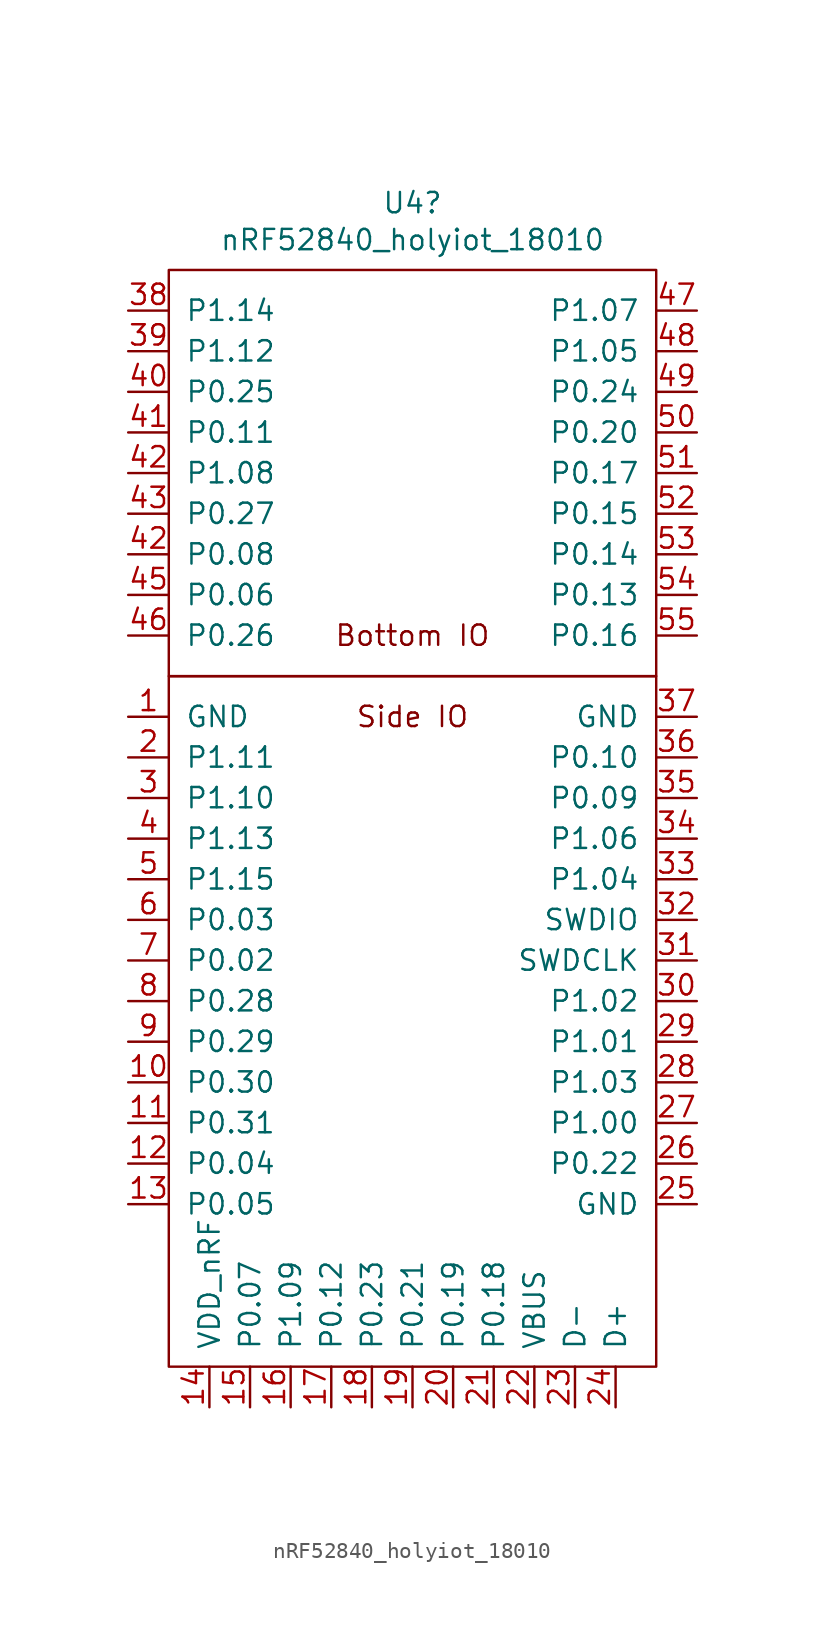
<source format=kicad_sym>
(kicad_symbol_lib
  (version 20211014)
  (generator kicad_symbol_editor)
  (symbol "nRF52840_holyiot_18010"
    (pin_names
      (offset 1.016))
    (property "Reference" "U4"
      (at 0 38.481 0)
      (effects (font (size 1.27 1.27))))
    (property "Value" "nRF52840_holyiot_18010"
      (at 0 36.17 0)
      (effects (font (size 1.27 1.27))))
    (symbol "nRF52840_holyiot_18010_0_0"
      (rectangle (start -15.24 8.89) (end 15.24 -34.29) (stroke (width 0) (type default) (color 0 0 0 0)) (fill (type none)))
      (rectangle (start -15.24 8.89) (end 15.24 34.29) (stroke (width 0) (type default) (color 0 0 0 0)) (fill (type none)))
      (text "Bottom IO" (at 0 11.43 0) (effects (font (size 1.27 1.27))))
      (text "Side IO" (at 0 6.35 0) (effects (font (size 1.27 1.27)))))
    (symbol "nRF52840_holyiot_18010_1_1"
      (pin power_in line (at -17.78 6.35 0) (length 2.54) (name "GND" (effects (font (size 1.27 1.27)))) (number "1" (effects (font (size 1.27 1.27)))))
      (pin bidirectional line (at -17.78 -16.51 0) (length 2.54) (name "P0.30" (effects (font (size 1.27 1.27)))) (number "10" (effects (font (size 1.27 1.27)))))
      (pin bidirectional line (at -17.78 -19.05 0) (length 2.54) (name "P0.31" (effects (font (size 1.27 1.27)))) (number "11" (effects (font (size 1.27 1.27)))))
      (pin bidirectional line (at -17.78 -21.59 0) (length 2.54) (name "P0.04" (effects (font (size 1.27 1.27)))) (number "12" (effects (font (size 1.27 1.27)))))
      (pin bidirectional line (at -17.78 -24.13 0) (length 2.54) (name "P0.05" (effects (font (size 1.27 1.27)))) (number "13" (effects (font (size 1.27 1.27)))))
      (pin power_in line (at -12.7 -36.83 90) (length 2.54) (name "VDD_nRF" (effects (font (size 1.27 1.27)))) (number "14" (effects (font (size 1.27 1.27)))))
      (pin bidirectional line (at -10.16 -36.83 90) (length 2.54) (name "P0.07" (effects (font (size 1.27 1.27)))) (number "15" (effects (font (size 1.27 1.27)))))
      (pin bidirectional line (at -7.62 -36.83 90) (length 2.54) (name "P1.09" (effects (font (size 1.27 1.27)))) (number "16" (effects (font (size 1.27 1.27)))))
      (pin bidirectional line (at -5.08 -36.83 90) (length 2.54) (name "P0.12" (effects (font (size 1.27 1.27)))) (number "17" (effects (font (size 1.27 1.27)))))
      (pin bidirectional line (at -2.54 -36.83 90) (length 2.54) (name "P0.23" (effects (font (size 1.27 1.27)))) (number "18" (effects (font (size 1.27 1.27)))))
      (pin bidirectional line (at 0 -36.83 90) (length 2.54) (name "P0.21" (effects (font (size 1.27 1.27)))) (number "19" (effects (font (size 1.27 1.27)))))
      (pin bidirectional line (at -17.78 3.81 0) (length 2.54) (name "P1.11" (effects (font (size 1.27 1.27)))) (number "2" (effects (font (size 1.27 1.27)))))
      (pin bidirectional line (at 2.54 -36.83 90) (length 2.54) (name "P0.19" (effects (font (size 1.27 1.27)))) (number "20" (effects (font (size 1.27 1.27)))))
      (pin bidirectional line (at 5.08 -36.83 90) (length 2.54) (name "P0.18" (effects (font (size 1.27 1.27)))) (number "21" (effects (font (size 1.27 1.27)))))
      (pin power_in line (at 7.62 -36.83 90) (length 2.54) (name "VBUS" (effects (font (size 1.27 1.27)))) (number "22" (effects (font (size 1.27 1.27)))))
      (pin bidirectional line (at 10.16 -36.83 90) (length 2.54) (name "D-" (effects (font (size 1.27 1.27)))) (number "23" (effects (font (size 1.27 1.27)))))
      (pin bidirectional line (at 12.7 -36.83 90) (length 2.54) (name "D+" (effects (font (size 1.27 1.27)))) (number "24" (effects (font (size 1.27 1.27)))))
      (pin power_in line (at 17.78 -24.13 180) (length 2.54) (name "GND" (effects (font (size 1.27 1.27)))) (number "25" (effects (font (size 1.27 1.27)))))
      (pin bidirectional line (at 17.78 -21.59 180) (length 2.54) (name "P0.22" (effects (font (size 1.27 1.27)))) (number "26" (effects (font (size 1.27 1.27)))))
      (pin bidirectional line (at 17.78 -19.05 180) (length 2.54) (name "P1.00" (effects (font (size 1.27 1.27)))) (number "27" (effects (font (size 1.27 1.27)))))
      (pin bidirectional line (at 17.78 -16.51 180) (length 2.54) (name "P1.03" (effects (font (size 1.27 1.27)))) (number "28" (effects (font (size 1.27 1.27)))))
      (pin bidirectional line (at 17.78 -13.97 180) (length 2.54) (name "P1.01" (effects (font (size 1.27 1.27)))) (number "29" (effects (font (size 1.27 1.27)))))
      (pin bidirectional line (at -17.78 1.27 0) (length 2.54) (name "P1.10" (effects (font (size 1.27 1.27)))) (number "3" (effects (font (size 1.27 1.27)))))
      (pin bidirectional line (at 17.78 -11.43 180) (length 2.54) (name "P1.02" (effects (font (size 1.27 1.27)))) (number "30" (effects (font (size 1.27 1.27)))))
      (pin bidirectional line (at 17.78 -8.89 180) (length 2.54) (name "SWDCLK" (effects (font (size 1.27 1.27)))) (number "31" (effects (font (size 1.27 1.27)))))
      (pin bidirectional line (at 17.78 -6.35 180) (length 2.54) (name "SWDIO" (effects (font (size 1.27 1.27)))) (number "32" (effects (font (size 1.27 1.27)))))
      (pin bidirectional line (at 17.78 -3.81 180) (length 2.54) (name "P1.04" (effects (font (size 1.27 1.27)))) (number "33" (effects (font (size 1.27 1.27)))))
      (pin bidirectional line (at 17.78 -1.27 180) (length 2.54) (name "P1.06" (effects (font (size 1.27 1.27)))) (number "34" (effects (font (size 1.27 1.27)))))
      (pin bidirectional line (at 17.78 1.27 180) (length 2.54) (name "P0.09" (effects (font (size 1.27 1.27)))) (number "35" (effects (font (size 1.27 1.27)))))
      (pin bidirectional line (at 17.78 3.81 180) (length 2.54) (name "P0.10" (effects (font (size 1.27 1.27)))) (number "36" (effects (font (size 1.27 1.27)))))
      (pin power_in line (at 17.78 6.35 180) (length 2.54) (name "GND" (effects (font (size 1.27 1.27)))) (number "37" (effects (font (size 1.27 1.27)))))
      (pin bidirectional line (at -17.78 31.75 0) (length 2.54) (name "P1.14" (effects (font (size 1.27 1.27)))) (number "38" (effects (font (size 1.27 1.27)))))
      (pin bidirectional line (at -17.78 29.21 0) (length 2.54) (name "P1.12" (effects (font (size 1.27 1.27)))) (number "39" (effects (font (size 1.27 1.27)))))
      (pin bidirectional line (at -17.78 -1.27 0) (length 2.54) (name "P1.13" (effects (font (size 1.27 1.27)))) (number "4" (effects (font (size 1.27 1.27)))))
      (pin bidirectional line (at -17.78 26.67 0) (length 2.54) (name "P0.25" (effects (font (size 1.27 1.27)))) (number "40" (effects (font (size 1.27 1.27)))))
      (pin bidirectional line (at -17.78 24.13 0) (length 2.54) (name "P0.11" (effects (font (size 1.27 1.27)))) (number "41" (effects (font (size 1.27 1.27)))))
      (pin bidirectional line (at -17.78 16.51 0) (length 2.54) (name "P0.08" (effects (font (size 1.27 1.27)))) (number "42" (effects (font (size 1.27 1.27)))))
      (pin bidirectional line (at -17.78 21.59 0) (length 2.54) (name "P1.08" (effects (font (size 1.27 1.27)))) (number "42" (effects (font (size 1.27 1.27)))))
      (pin bidirectional line (at -17.78 19.05 0) (length 2.54) (name "P0.27" (effects (font (size 1.27 1.27)))) (number "43" (effects (font (size 1.27 1.27)))))
      (pin bidirectional line (at -17.78 13.97 0) (length 2.54) (name "P0.06" (effects (font (size 1.27 1.27)))) (number "45" (effects (font (size 1.27 1.27)))))
      (pin bidirectional line (at -17.78 11.43 0) (length 2.54) (name "P0.26" (effects (font (size 1.27 1.27)))) (number "46" (effects (font (size 1.27 1.27)))))
      (pin bidirectional line (at 17.78 31.75 180) (length 2.54) (name "P1.07" (effects (font (size 1.27 1.27)))) (number "47" (effects (font (size 1.27 1.27)))))
      (pin bidirectional line (at 17.78 29.21 180) (length 2.54) (name "P1.05" (effects (font (size 1.27 1.27)))) (number "48" (effects (font (size 1.27 1.27)))))
      (pin bidirectional line (at 17.78 26.67 180) (length 2.54) (name "P0.24" (effects (font (size 1.27 1.27)))) (number "49" (effects (font (size 1.27 1.27)))))
      (pin bidirectional line (at -17.78 -3.81 0) (length 2.54) (name "P1.15" (effects (font (size 1.27 1.27)))) (number "5" (effects (font (size 1.27 1.27)))))
      (pin bidirectional line (at 17.78 24.13 180) (length 2.54) (name "P0.20" (effects (font (size 1.27 1.27)))) (number "50" (effects (font (size 1.27 1.27)))))
      (pin bidirectional line (at 17.78 21.59 180) (length 2.54) (name "P0.17" (effects (font (size 1.27 1.27)))) (number "51" (effects (font (size 1.27 1.27)))))
      (pin bidirectional line (at 17.78 19.05 180) (length 2.54) (name "P0.15" (effects (font (size 1.27 1.27)))) (number "52" (effects (font (size 1.27 1.27)))))
      (pin bidirectional line (at 17.78 16.51 180) (length 2.54) (name "P0.14" (effects (font (size 1.27 1.27)))) (number "53" (effects (font (size 1.27 1.27)))))
      (pin bidirectional line (at 17.78 13.97 180) (length 2.54) (name "P0.13" (effects (font (size 1.27 1.27)))) (number "54" (effects (font (size 1.27 1.27)))))
      (pin bidirectional line (at 17.78 11.43 180) (length 2.54) (name "P0.16" (effects (font (size 1.27 1.27)))) (number "55" (effects (font (size 1.27 1.27)))))
      (pin bidirectional line (at -17.78 -6.35 0) (length 2.54) (name "P0.03" (effects (font (size 1.27 1.27)))) (number "6" (effects (font (size 1.27 1.27)))))
      (pin bidirectional line (at -17.78 -8.89 0) (length 2.54) (name "P0.02" (effects (font (size 1.27 1.27)))) (number "7" (effects (font (size 1.27 1.27)))))
      (pin bidirectional line (at -17.78 -11.43 0) (length 2.54) (name "P0.28" (effects (font (size 1.27 1.27)))) (number "8" (effects (font (size 1.27 1.27)))))
      (pin bidirectional line (at -17.78 -13.97 0) (length 2.54) (name "P0.29" (effects (font (size 1.27 1.27)))) (number "9" (effects (font (size 1.27 1.27))))))))
</source>
